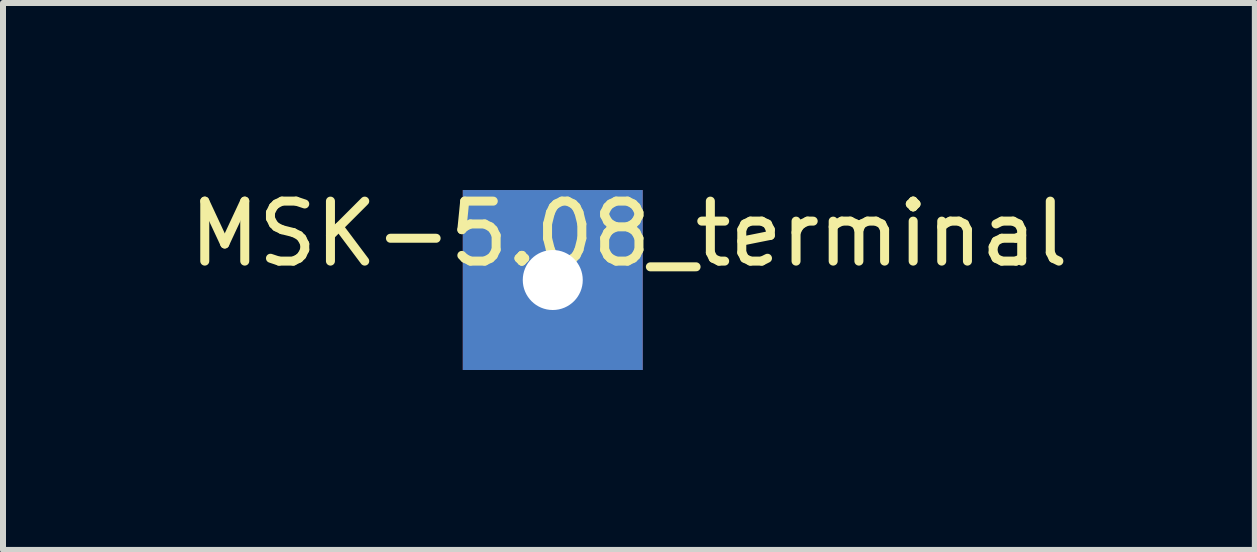
<source format=kicad_pcb>
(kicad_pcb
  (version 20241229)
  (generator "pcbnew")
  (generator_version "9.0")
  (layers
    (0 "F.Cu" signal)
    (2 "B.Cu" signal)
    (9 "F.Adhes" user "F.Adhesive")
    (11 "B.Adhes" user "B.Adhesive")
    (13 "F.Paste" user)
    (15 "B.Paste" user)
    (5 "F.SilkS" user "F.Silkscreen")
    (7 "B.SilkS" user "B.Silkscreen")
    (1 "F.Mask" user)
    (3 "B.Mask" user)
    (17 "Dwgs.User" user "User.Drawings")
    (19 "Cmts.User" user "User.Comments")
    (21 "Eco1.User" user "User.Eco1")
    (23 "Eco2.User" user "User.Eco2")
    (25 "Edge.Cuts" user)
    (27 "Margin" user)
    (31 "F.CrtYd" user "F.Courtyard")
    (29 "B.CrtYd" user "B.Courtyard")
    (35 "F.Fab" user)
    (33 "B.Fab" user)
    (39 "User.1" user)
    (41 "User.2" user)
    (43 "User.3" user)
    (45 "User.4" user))
  (footprint "MSK-5.08_terminal"
    (layer "F.Cu")
    (at 7.435 0.348)
    (property "Reference" "MSK-5.08_terminal" (at 0 0.5 0) (layer "F.SilkS") (effects (font (size 1 1) (thickness 0.15))))
    (attr through_hole)
    (pad "1" thru_hole rect (at -1.27 1.27) (size 3 3) (drill 1) (layers "*.Mask" "B.Cu")))
  (gr_rect
    (start -3 -3)
    (end 17.869 6.118)
    (stroke (width 0.1) (type default))
    (fill no)
    (layer "Edge.Cuts")))
</source>
